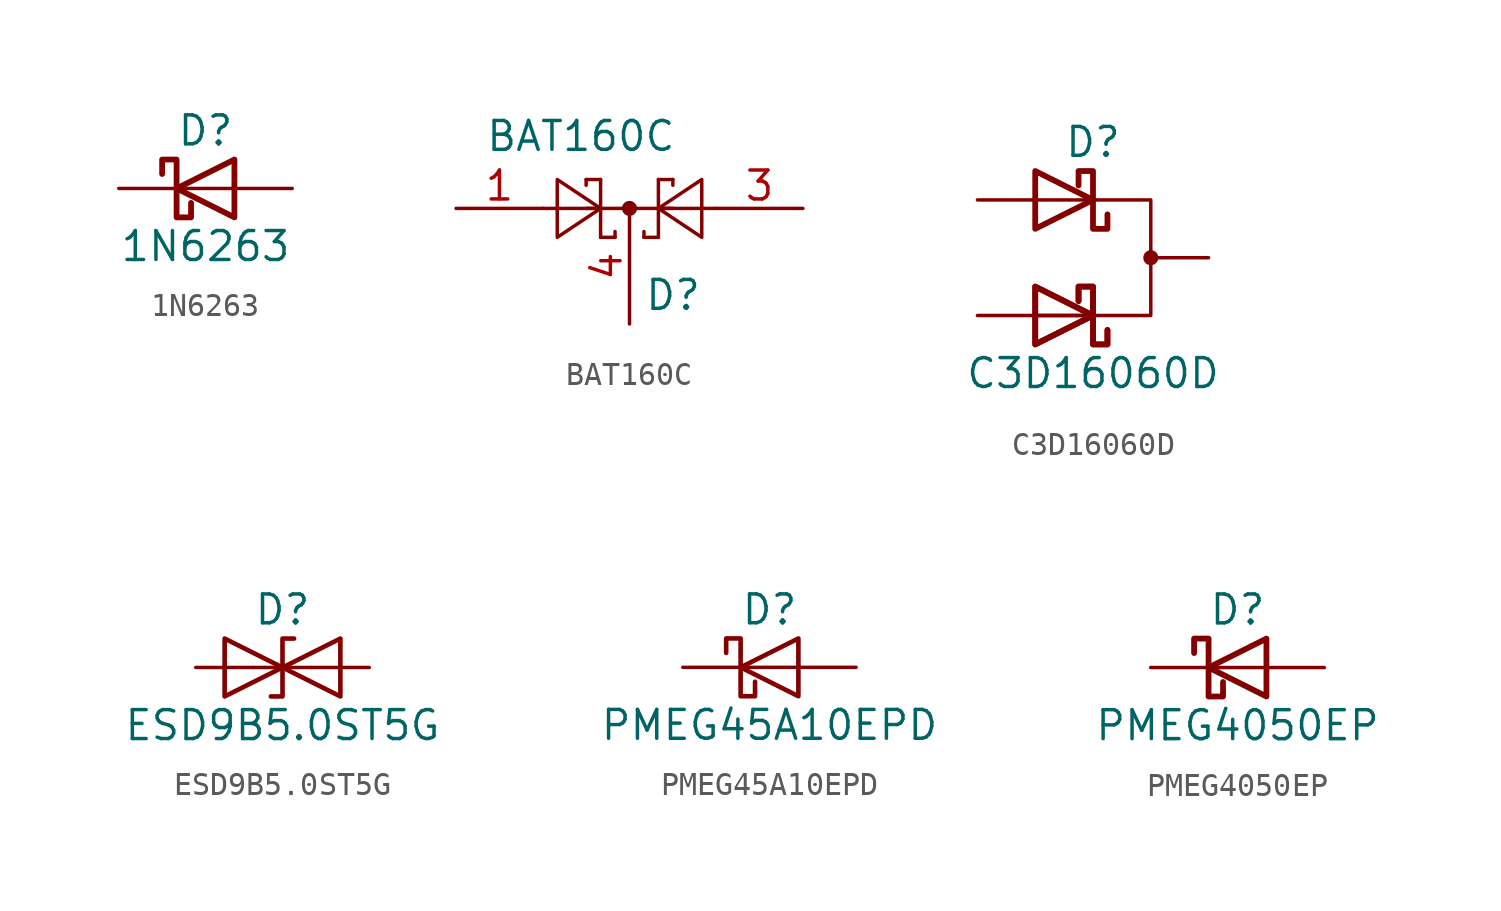
<source format=kicad_sym>
(kicad_symbol_lib
  (version 20241209)
  (generator "kicad_symbol_editor")
  (generator_version "9.0")
  (symbol "1N6263"
    (pin_numbers
      (hide yes))
    (pin_names
      (offset 1.016)
      (hide yes))
    (property "Reference" "D"
      (at 0 2.54 0)
      (effects (font (size 1.27 1.27))))
    (property "Value" "1N6263"
      (at 0 -2.54 0)
      (effects (font (size 1.27 1.27))))
    (symbol "1N6263_0_1"
      (polyline (pts (xy -1.905 0.635) (xy -1.905 1.27) (xy -1.27 1.27) (xy -1.27 -1.27) (xy -0.635 -1.27) (xy -0.635 -0.635)) (stroke (width 0.254) (type default)) (fill (type none)))
      (polyline (pts (xy 1.27 1.27) (xy 1.27 -1.27) (xy -1.27 0) (xy 1.27 1.27)) (stroke (width 0.254) (type default)) (fill (type none)))
      (polyline (pts (xy 1.27 0) (xy -1.27 0)) (stroke (width 0) (type default)) (fill (type none))))
    (symbol "1N6263_1_1"
      (pin passive line (at -3.81 0 0) (length 2.54) (name "K" (effects (font (size 1.27 1.27)))) (number "1" (effects (font (size 1.27 1.27)))))
      (pin passive line (at 3.81 0 180) (length 2.54) (name "A" (effects (font (size 1.27 1.27)))) (number "2" (effects (font (size 1.27 1.27)))))))
  (symbol "BAT160C"
    (property "Reference" "D"
      (at 0.635 -3.81 0)
      (effects (font (size 1.27 1.27)) (justify left)))
    (property "Value" "BAT160C"
      (at -6.35 3.175 0)
      (effects (font (size 1.27 1.27)) (justify left)))
    (symbol "BAT160C_0_1"
      (polyline (pts (xy -3.175 -1.27) (xy -3.175 1.27) (xy -1.27 0) (xy -3.175 -1.27)) (stroke (width 0) (type default)) (fill (type none)))
      (polyline (pts (xy -1.905 1.27) (xy -1.905 1.016)) (stroke (width 0) (type default)) (fill (type none)))
      (polyline (pts (xy -1.905 0) (xy 1.905 0)) (stroke (width 0) (type default)) (fill (type none)))
      (polyline (pts (xy -1.27 1.27) (xy -1.905 1.27)) (stroke (width 0) (type default)) (fill (type none)))
      (polyline (pts (xy -1.27 1.27) (xy -1.27 -1.27)) (stroke (width 0) (type default)) (fill (type none)))
      (polyline (pts (xy -1.27 0) (xy -3.81 0)) (stroke (width 0) (type default)) (fill (type none)))
      (polyline (pts (xy -1.27 -1.27) (xy -0.635 -1.27)) (stroke (width 0) (type default)) (fill (type none)))
      (polyline (pts (xy -0.635 -1.27) (xy -0.635 -1.016)) (stroke (width 0) (type default)) (fill (type none)))
      (circle (center 0 0) (radius 0.254) (stroke (width 0) (type default)) (fill (type outline)))
      (polyline (pts (xy 0.635 -1.27) (xy 0.635 -1.016)) (stroke (width 0) (type default)) (fill (type none)))
      (polyline (pts (xy 1.27 1.27) (xy 1.27 -1.27)) (stroke (width 0) (type default)) (fill (type none)))
      (polyline (pts (xy 1.27 1.27) (xy 1.905 1.27)) (stroke (width 0) (type default)) (fill (type none)))
      (polyline (pts (xy 1.27 -1.27) (xy 0.635 -1.27)) (stroke (width 0) (type default)) (fill (type none)))
      (polyline (pts (xy 1.905 1.27) (xy 1.905 1.016)) (stroke (width 0) (type default)) (fill (type none)))
      (polyline (pts (xy 3.175 -1.27) (xy 3.175 1.27) (xy 1.27 0) (xy 3.175 -1.27)) (stroke (width 0) (type default)) (fill (type none)))
      (polyline (pts (xy 3.81 0) (xy 1.27 0)) (stroke (width 0) (type default)) (fill (type none))))
    (symbol "BAT160C_1_1"
      (pin passive line (at -7.62 0 0) (length 3.81) (name "~" (effects (font (size 1.27 1.27)))) (number "1" (effects (font (size 1.27 1.27)))))
      (pin no_connect line (at 0 0 270) (length 2.54) (hide yes) (name "NC" (effects (font (size 1.27 1.27)))) (number "2" (effects (font (size 1.27 1.27)))))
      (pin passive line (at 0 -5.08 90) (length 5.08) (name "~" (effects (font (size 1.27 1.27)))) (number "4" (effects (font (size 1.27 1.27)))))
      (pin passive line (at 7.62 0 180) (length 3.81) (name "~" (effects (font (size 1.27 1.27)))) (number "3" (effects (font (size 1.27 1.27)))))))
  (symbol "C3D16060D"
    (pin_numbers
      (hide yes))
    (pin_names
      (offset 1.016)
      (hide yes))
    (property "Reference" "D"
      (at 0 5.08 0)
      (effects (font (size 1.27 1.27))))
    (property "Value" "C3D16060D"
      (at 0 -5.08 0)
      (effects (font (size 1.27 1.27))))
    (symbol "C3D16060D_0_1"
      (polyline (pts (xy -2.54 2.54) (xy 0 2.54)) (stroke (width 0) (type default)) (fill (type none)))
      (polyline (pts (xy -2.54 1.27) (xy -2.54 3.81) (xy 0 2.54) (xy -2.54 1.27)) (stroke (width 0.254) (type default)) (fill (type none)))
      (polyline (pts (xy -2.54 -2.54) (xy 0 -2.54)) (stroke (width 0) (type default)) (fill (type none)))
      (polyline (pts (xy -2.54 -2.54) (xy 0 -2.54)) (stroke (width 0) (type default)) (fill (type none)))
      (polyline (pts (xy -2.54 -3.81) (xy -2.54 -1.27) (xy 0 -2.54) (xy -2.54 -3.81)) (stroke (width 0.254) (type default)) (fill (type none)))
      (polyline (pts (xy -2.54 -3.81) (xy -2.54 -1.27) (xy 0 -2.54) (xy -2.54 -3.81)) (stroke (width 0.254) (type default)) (fill (type none)))
      (polyline (pts (xy 0 2.54) (xy 2.54 2.54) (xy 2.54 -2.54) (xy 0 -2.54)) (stroke (width 0) (type default)) (fill (type none)))
      (polyline (pts (xy 0.635 1.905) (xy 0.635 1.27) (xy 0 1.27) (xy 0 3.81) (xy -0.635 3.81) (xy -0.635 3.175)) (stroke (width 0.254) (type default)) (fill (type none)))
      (polyline (pts (xy 0.635 -3.175) (xy 0.635 -3.81) (xy 0 -3.81) (xy 0 -1.27) (xy -0.635 -1.27) (xy -0.635 -1.905)) (stroke (width 0.254) (type default)) (fill (type none)))
      (polyline (pts (xy 0.635 -3.175) (xy 0.635 -3.81) (xy 0 -3.81) (xy 0 -1.27) (xy -0.635 -1.27) (xy -0.635 -1.905)) (stroke (width 0.254) (type default)) (fill (type none)))
      (circle (center 2.54 0) (radius 0.254) (stroke (width 0) (type default)) (fill (type outline))))
    (symbol "C3D16060D_1_1"
      (pin passive line (at -5.08 2.54 0) (length 2.54) (name "A1" (effects (font (size 1.27 1.27)))) (number "1" (effects (font (size 1.27 1.27)))))
      (pin passive line (at -5.08 -2.54 0) (length 2.54) (name "A2" (effects (font (size 1.27 1.27)))) (number "3" (effects (font (size 1.27 1.27)))))
      (pin passive line (at 5.08 0 180) (length 2.54) (name "K" (effects (font (size 1.27 1.27)))) (number "2" (effects (font (size 1.27 1.27)))))))
  (symbol "ESD9B5.0ST5G"
    (pin_numbers
      (hide yes))
    (pin_names
      (offset 1.016)
      (hide yes))
    (property "Reference" "D"
      (at 0 2.54 0)
      (effects (font (size 1.27 1.27))))
    (property "Value" "ESD9B5.0ST5G"
      (at 0 -2.54 0)
      (effects (font (size 1.27 1.27))))
    (symbol "ESD9B5.0ST5G_0_1"
      (polyline (pts (xy -2.54 -1.27) (xy 0 0) (xy -2.54 1.27) (xy -2.54 -1.27)) (stroke (width 0.203) (type default)) (fill (type none)))
      (polyline (pts (xy 0.508 1.27) (xy 0 1.27) (xy 0 -1.27) (xy -0.508 -1.27)) (stroke (width 0.203) (type default)) (fill (type none)))
      (polyline (pts (xy 1.27 0) (xy -1.27 0)) (stroke (width 0) (type default)) (fill (type none)))
      (polyline (pts (xy 2.54 1.27) (xy 2.54 -1.27) (xy 0 0) (xy 2.54 1.27)) (stroke (width 0.203) (type default)) (fill (type none))))
    (symbol "ESD9B5.0ST5G_1_1"
      (pin passive line (at -3.81 0 0) (length 2.54) (name "A1" (effects (font (size 1.27 1.27)))) (number "1" (effects (font (size 1.27 1.27)))))
      (pin passive line (at 3.81 0 180) (length 2.54) (name "A2" (effects (font (size 1.27 1.27)))) (number "2" (effects (font (size 1.27 1.27)))))))
  (symbol "PMEG45A10EPD"
    (pin_numbers
      (hide yes))
    (pin_names
      (hide yes))
    (property "Reference" "D"
      (at 0 2.54 0)
      (effects (font (size 1.27 1.27))))
    (property "Value" "PMEG45A10EPD"
      (at 0 -2.54 0)
      (effects (font (size 1.27 1.27))))
    (symbol "PMEG45A10EPD_0_1"
      (polyline (pts (xy -1.905 0.635) (xy -1.905 1.27) (xy -1.27 1.27) (xy -1.27 -1.27) (xy -0.635 -1.27) (xy -0.635 -0.635)) (stroke (width 0.203) (type default)) (fill (type none)))
      (polyline (pts (xy 1.27 1.27) (xy 1.27 -1.27) (xy -1.27 0) (xy 1.27 1.27)) (stroke (width 0.203) (type default)) (fill (type none)))
      (polyline (pts (xy 1.27 0) (xy -1.27 0)) (stroke (width 0) (type default)) (fill (type none))))
    (symbol "PMEG45A10EPD_1_1"
      (pin passive line (at -3.81 0 0) (length 2.54) (name "K" (effects (font (size 1.27 1.27)))) (number "3" (effects (font (size 1.27 1.27)))))
      (pin passive line (at 3.81 0 180) (length 2.54) (name "A" (effects (font (size 1.27 1.27)))) (number "1" (effects (font (size 1.27 1.27)))))
      (pin passive line (at 3.81 0 180) (length 2.54) (hide yes) (name "A" (effects (font (size 1.27 1.27)))) (number "2" (effects (font (size 1.27 1.27)))))))
  (symbol "PMEG4050EP"
    (pin_numbers
      (hide yes))
    (pin_names
      (hide yes))
    (property "Reference" "D"
      (at 0 2.54 0)
      (effects (font (size 1.27 1.27))))
    (property "Value" "PMEG4050EP"
      (at 0 -2.54 0)
      (effects (font (size 1.27 1.27))))
    (symbol "PMEG4050EP_0_1"
      (polyline (pts (xy -1.905 0.635) (xy -1.905 1.27) (xy -1.27 1.27) (xy -1.27 -1.27) (xy -0.635 -1.27) (xy -0.635 -0.635)) (stroke (width 0.254) (type default)) (fill (type none)))
      (polyline (pts (xy 1.27 1.27) (xy 1.27 -1.27) (xy -1.27 0) (xy 1.27 1.27)) (stroke (width 0.254) (type default)) (fill (type none)))
      (polyline (pts (xy 1.27 0) (xy -1.27 0)) (stroke (width 0) (type default)) (fill (type none))))
    (symbol "PMEG4050EP_1_1"
      (pin passive line (at -3.81 0 0) (length 2.54) (name "K" (effects (font (size 1.27 1.27)))) (number "1" (effects (font (size 1.27 1.27)))))
      (pin passive line (at 3.81 0 180) (length 2.54) (name "A" (effects (font (size 1.27 1.27)))) (number "2" (effects (font (size 1.27 1.27))))))))
</source>
